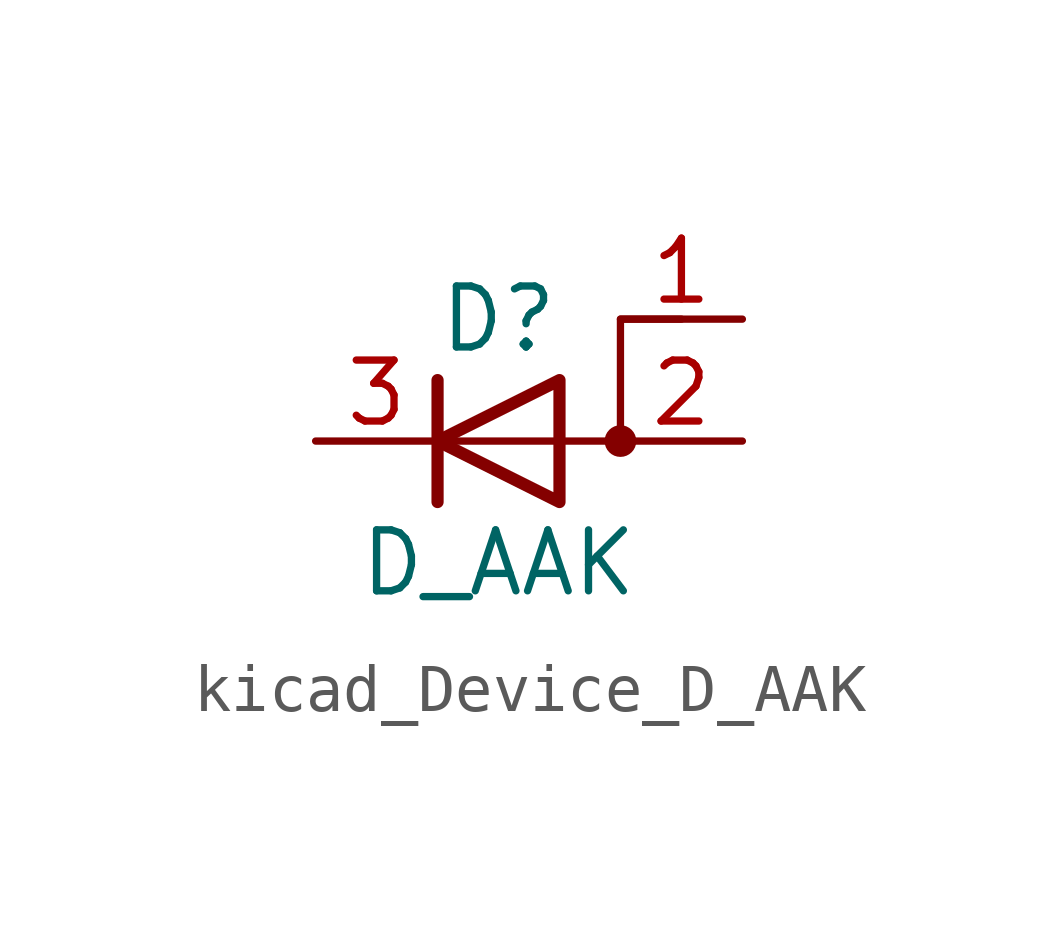
<source format=kicad_sym>
(kicad_symbol_lib
  (version 20220914)
  (generator kicad_symbol_editor)
  (symbol "kicad_Device_D_AAK"
    (pin_names
      (offset 0) hide)
    (property "Reference" "D"
      (at 0 2.54 0)
      (effects (font (size 1.27 1.27))))
    (property "Value" "D_AAK"
      (at 0 -2.54 0)
      (effects (font (size 1.27 1.27))))
    (symbol "kicad_Device_D_AAK_0_1"
      (polyline (pts (xy -1.27 1.27) (xy -1.27 -1.27)) (stroke (width 0.254) (type default)) (fill (type none)))
      (polyline (pts (xy 1.27 1.27) (xy 1.27 -1.27) (xy -1.27 0) (xy 1.27 1.27)) (stroke (width 0.254) (type default)) (fill (type none)))
      (polyline (pts (xy 3.81 2.54) (xy 2.54 2.54) (xy 2.54 0) (xy -1.27 0)) (stroke (width 0) (type default)) (fill (type none)))
      (circle (center 2.54 0) (radius 0.254) (stroke (width 0) (type default)) (fill (type outline))))
    (symbol "kicad_Device_D_AAK_1_1"
      (pin passive line (at 5.08 2.54 180) (length 2.54) (name "A" (effects (font (size 1.27 1.27)))) (number "1" (effects (font (size 1.27 1.27)))))
      (pin passive line (at 5.08 0 180) (length 2.54) (name "A" (effects (font (size 1.27 1.27)))) (number "2" (effects (font (size 1.27 1.27)))))
      (pin passive line (at -3.81 0 0) (length 2.54) (name "K" (effects (font (size 1.27 1.27)))) (number "3" (effects (font (size 1.27 1.27))))))))
</source>
